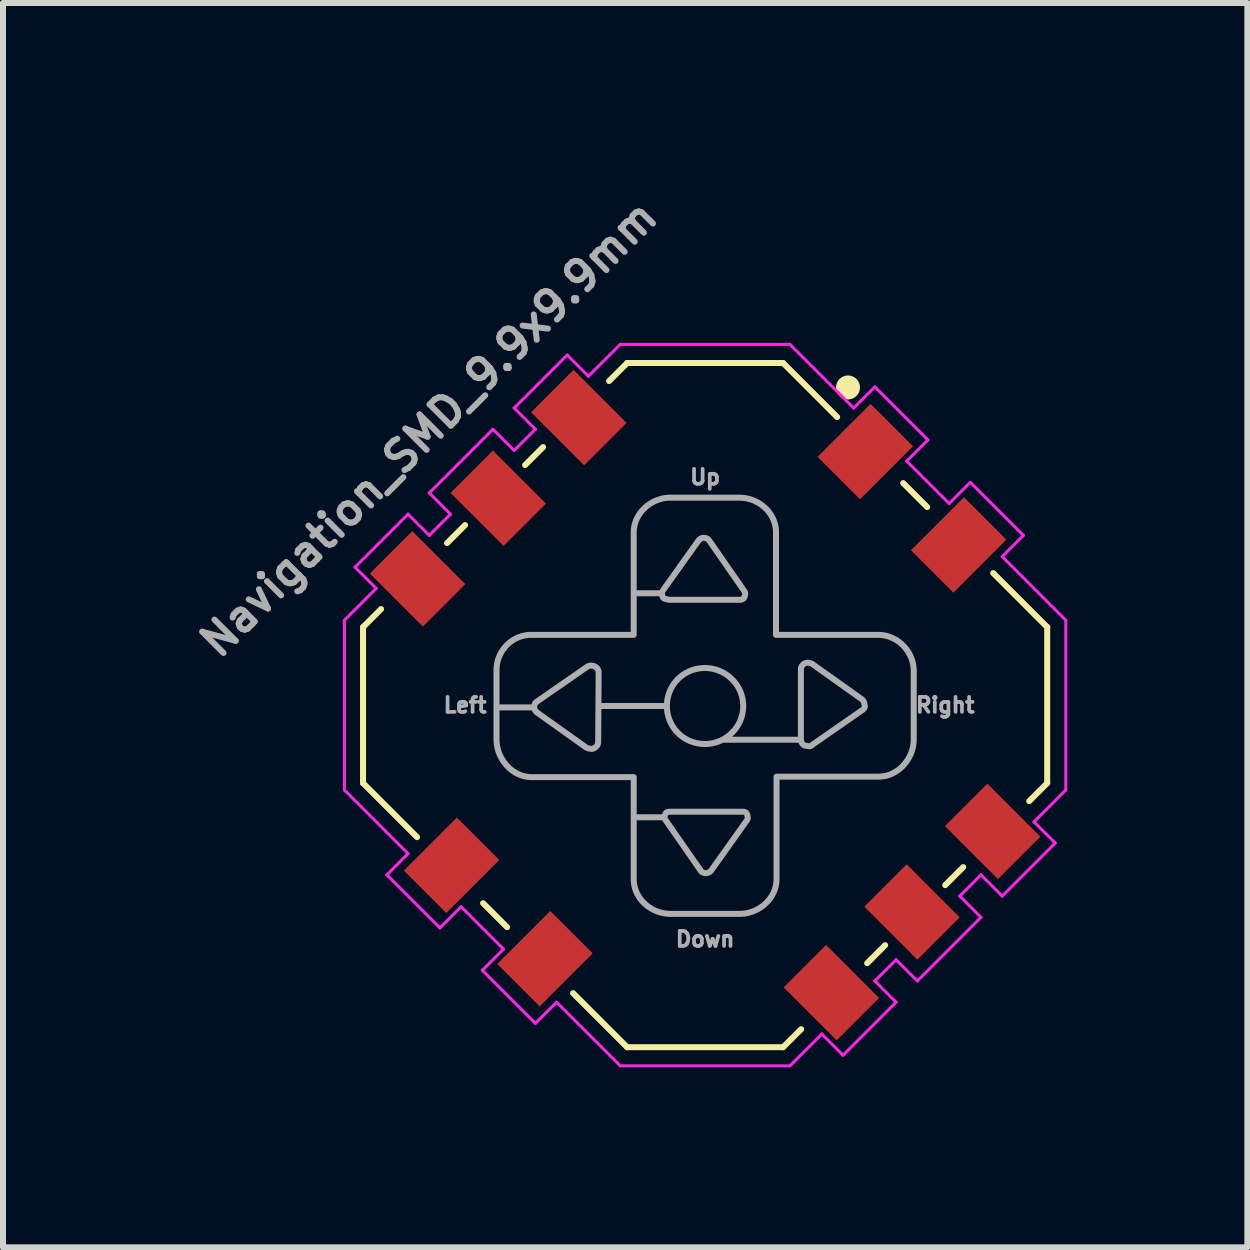
<source format=kicad_pcb>
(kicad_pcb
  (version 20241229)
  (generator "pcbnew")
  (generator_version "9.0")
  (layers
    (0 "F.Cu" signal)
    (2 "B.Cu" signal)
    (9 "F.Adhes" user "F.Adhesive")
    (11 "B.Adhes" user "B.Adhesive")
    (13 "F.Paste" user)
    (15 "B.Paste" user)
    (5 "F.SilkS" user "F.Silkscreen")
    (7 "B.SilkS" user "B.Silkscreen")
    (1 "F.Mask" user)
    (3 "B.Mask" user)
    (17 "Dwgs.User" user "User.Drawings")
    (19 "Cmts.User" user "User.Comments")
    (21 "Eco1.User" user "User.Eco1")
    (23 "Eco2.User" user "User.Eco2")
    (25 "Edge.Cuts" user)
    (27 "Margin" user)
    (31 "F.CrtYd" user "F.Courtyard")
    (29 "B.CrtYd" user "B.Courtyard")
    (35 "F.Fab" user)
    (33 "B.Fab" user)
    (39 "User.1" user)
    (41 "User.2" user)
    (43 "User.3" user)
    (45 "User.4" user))
  (footprint "Navigation_SMD_9.9x9.9mm"
    (layer "F.Cu")
    (at 8.699 8.699)
    (property "Reference" "Navigation_SMD_9.9x9.9mm" (at -4.4 -4.4 45) (layer "F.Fab") (effects (font (size 0.5 0.5) (thickness 0.1)) (justify bottom)))
    (attr smd)
    (fp_line (start -5.7 -1.3) (end -5.4 -1.6) (stroke (width 0.1) (type default)) (layer "F.SilkS"))
    (fp_line (start -5.7 1.3) (end -5.7 -1.3) (stroke (width 0.1) (type default)) (layer "F.SilkS"))
    (fp_line (start -4.8 2.2) (end -5.7 1.3) (stroke (width 0.1) (type default)) (layer "F.SilkS"))
    (fp_line (start -4 -3) (end -4.3 -2.7) (stroke (width 0.1) (type default)) (layer "F.SilkS"))
    (fp_line (start -3.3 3.7) (end -3.7 3.3) (stroke (width 0.1) (type default)) (layer "F.SilkS"))
    (fp_line (start -2.7 -4.3) (end -3 -4) (stroke (width 0.1) (type default)) (layer "F.SilkS"))
    (fp_line (start -1.6 -5.4) (end -1.3 -5.7) (stroke (width 0.1) (type default)) (layer "F.SilkS"))
    (fp_line (start -1.3 -5.7) (end 1.3 -5.7) (stroke (width 0.1) (type default)) (layer "F.SilkS"))
    (fp_line (start -1.3 5.7) (end -2.2 4.8) (stroke (width 0.1) (type default)) (layer "F.SilkS"))
    (fp_line (start 1.3 -5.7) (end 2.2 -4.8) (stroke (width 0.1) (type default)) (layer "F.SilkS"))
    (fp_line (start 1.3 5.7) (end -1.3 5.7) (stroke (width 0.1) (type default)) (layer "F.SilkS"))
    (fp_line (start 1.6 5.4) (end 1.3 5.7) (stroke (width 0.1) (type default)) (layer "F.SilkS"))
    (fp_line (start 3 4) (end 2.7 4.3) (stroke (width 0.1) (type default)) (layer "F.SilkS"))
    (fp_line (start 3.3 -3.7) (end 3.7 -3.3) (stroke (width 0.1) (type default)) (layer "F.SilkS"))
    (fp_line (start 4.3 2.7) (end 4 3) (stroke (width 0.1) (type default)) (layer "F.SilkS"))
    (fp_line (start 4.8 -2.2) (end 5.7 -1.3) (stroke (width 0.1) (type default)) (layer "F.SilkS"))
    (fp_line (start 5.7 -1.3) (end 5.7 1.3) (stroke (width 0.1) (type default)) (layer "F.SilkS"))
    (fp_line (start 5.7 1.3) (end 5.4 1.6) (stroke (width 0.1) (type default)) (layer "F.SilkS"))
    (fp_circle (center 2.381 -5.293) (end 2.281 -5.293) (stroke (width 0.2) (type solid)) (fill yes) (layer "F.SilkS"))
    (fp_line (start -6.01 -1.414) (end -5.48 -1.945) (stroke (width 0.05) (type default)) (layer "F.CrtYd"))
    (fp_line (start -6.01 1.414) (end -6.01 -1.414) (stroke (width 0.05) (type default)) (layer "F.CrtYd"))
    (fp_line (start -5.834 -2.298) (end -4.95 -3.182) (stroke (width 0.05) (type default)) (layer "F.CrtYd"))
    (fp_line (start -5.48 -1.945) (end -5.834 -2.298) (stroke (width 0.05) (type default)) (layer "F.CrtYd"))
    (fp_line (start -5.303 2.828) (end -4.95 2.475) (stroke (width 0.05) (type default)) (layer "F.CrtYd"))
    (fp_line (start -4.95 -3.182) (end -4.596 -2.828) (stroke (width 0.05) (type default)) (layer "F.CrtYd"))
    (fp_line (start -4.95 2.475) (end -6.01 1.414) (stroke (width 0.05) (type default)) (layer "F.CrtYd"))
    (fp_line (start -4.596 -3.536) (end -3.536 -4.596) (stroke (width 0.05) (type default)) (layer "F.CrtYd"))
    (fp_line (start -4.596 -2.828) (end -4.243 -3.182) (stroke (width 0.05) (type default)) (layer "F.CrtYd"))
    (fp_line (start -4.419 3.712) (end -5.303 2.828) (stroke (width 0.05) (type default)) (layer "F.CrtYd"))
    (fp_line (start -4.243 -3.182) (end -4.596 -3.536) (stroke (width 0.05) (type default)) (layer "F.CrtYd"))
    (fp_line (start -4.066 3.359) (end -4.419 3.712) (stroke (width 0.05) (type default)) (layer "F.CrtYd"))
    (fp_line (start -3.712 4.419) (end -3.359 4.066) (stroke (width 0.05) (type default)) (layer "F.CrtYd"))
    (fp_line (start -3.536 -4.596) (end -3.182 -4.243) (stroke (width 0.05) (type default)) (layer "F.CrtYd"))
    (fp_line (start -3.359 4.066) (end -4.066 3.359) (stroke (width 0.05) (type default)) (layer "F.CrtYd"))
    (fp_line (start -3.182 -4.95) (end -2.298 -5.834) (stroke (width 0.05) (type default)) (layer "F.CrtYd"))
    (fp_line (start -3.182 -4.243) (end -2.828 -4.596) (stroke (width 0.05) (type default)) (layer "F.CrtYd"))
    (fp_line (start -2.828 -4.596) (end -3.182 -4.95) (stroke (width 0.05) (type default)) (layer "F.CrtYd"))
    (fp_line (start -2.828 5.303) (end -3.712 4.419) (stroke (width 0.05) (type default)) (layer "F.CrtYd"))
    (fp_line (start -2.475 4.95) (end -2.828 5.303) (stroke (width 0.05) (type default)) (layer "F.CrtYd"))
    (fp_line (start -2.298 -5.834) (end -1.945 -5.48) (stroke (width 0.05) (type default)) (layer "F.CrtYd"))
    (fp_line (start -1.945 -5.48) (end -1.414 -6.01) (stroke (width 0.05) (type default)) (layer "F.CrtYd"))
    (fp_line (start -1.414 -6.01) (end 1.414 -6.01) (stroke (width 0.05) (type default)) (layer "F.CrtYd"))
    (fp_line (start -1.414 6.01) (end -2.475 4.95) (stroke (width 0.05) (type default)) (layer "F.CrtYd"))
    (fp_line (start 1.414 -6.01) (end 2.475 -4.95) (stroke (width 0.05) (type default)) (layer "F.CrtYd"))
    (fp_line (start 1.414 6.01) (end -1.414 6.01) (stroke (width 0.05) (type default)) (layer "F.CrtYd"))
    (fp_line (start 1.945 5.48) (end 1.414 6.01) (stroke (width 0.05) (type default)) (layer "F.CrtYd"))
    (fp_line (start 2.298 5.834) (end 1.945 5.48) (stroke (width 0.05) (type default)) (layer "F.CrtYd"))
    (fp_line (start 2.475 -4.95) (end 2.828 -5.303) (stroke (width 0.05) (type default)) (layer "F.CrtYd"))
    (fp_line (start 2.828 -5.303) (end 3.712 -4.419) (stroke (width 0.05) (type default)) (layer "F.CrtYd"))
    (fp_line (start 2.828 4.596) (end 3.182 4.95) (stroke (width 0.05) (type default)) (layer "F.CrtYd"))
    (fp_line (start 3.182 4.243) (end 2.828 4.596) (stroke (width 0.05) (type default)) (layer "F.CrtYd"))
    (fp_line (start 3.182 4.95) (end 2.298 5.834) (stroke (width 0.05) (type default)) (layer "F.CrtYd"))
    (fp_line (start 3.359 -4.066) (end 4.066 -3.359) (stroke (width 0.05) (type default)) (layer "F.CrtYd"))
    (fp_line (start 3.536 4.596) (end 3.182 4.243) (stroke (width 0.05) (type default)) (layer "F.CrtYd"))
    (fp_line (start 3.712 -4.419) (end 3.359 -4.066) (stroke (width 0.05) (type default)) (layer "F.CrtYd"))
    (fp_line (start 4.066 -3.359) (end 4.419 -3.712) (stroke (width 0.05) (type default)) (layer "F.CrtYd"))
    (fp_line (start 4.243 3.182) (end 4.596 3.536) (stroke (width 0.05) (type default)) (layer "F.CrtYd"))
    (fp_line (start 4.419 -3.712) (end 5.303 -2.828) (stroke (width 0.05) (type default)) (layer "F.CrtYd"))
    (fp_line (start 4.596 2.828) (end 4.243 3.182) (stroke (width 0.05) (type default)) (layer "F.CrtYd"))
    (fp_line (start 4.596 3.536) (end 3.536 4.596) (stroke (width 0.05) (type default)) (layer "F.CrtYd"))
    (fp_line (start 4.95 -2.475) (end 6.01 -1.414) (stroke (width 0.05) (type default)) (layer "F.CrtYd"))
    (fp_line (start 4.95 3.182) (end 4.596 2.828) (stroke (width 0.05) (type default)) (layer "F.CrtYd"))
    (fp_line (start 5.303 -2.828) (end 4.95 -2.475) (stroke (width 0.05) (type default)) (layer "F.CrtYd"))
    (fp_line (start 5.48 1.945) (end 5.834 2.298) (stroke (width 0.05) (type default)) (layer "F.CrtYd"))
    (fp_line (start 5.834 2.298) (end 4.95 3.182) (stroke (width 0.05) (type default)) (layer "F.CrtYd"))
    (fp_line (start 6.01 1.414) (end 5.48 1.945) (stroke (width 0.05) (type default)) (layer "F.CrtYd"))
    (fp_line (start 6.01 1.414) (end 6.01 -1.414) (stroke (width 0.05) (type default)) (layer "F.CrtYd"))
    (fp_poly (pts (xy 0.602 -3.456) (xy 0.631 -3.454) (xy 0.661 -3.45) (xy 0.69 -3.445) (xy 0.719 -3.439) (xy 0.747 -3.431) (xy 0.775 -3.422) (xy 0.802 -3.412) (xy 0.829 -3.401) (xy 0.855 -3.388) (xy 0.881 -3.374) (xy 0.906 -3.359) (xy 0.93 -3.343) (xy 0.953 -3.326) (xy 0.975 -3.308) (xy 0.997 -3.289) (xy 1.017 -3.27) (xy 1.037 -3.249) (xy 1.056 -3.227) (xy 1.073 -3.205) (xy 1.089 -3.181) (xy 1.104 -3.157) (xy 1.118 -3.132) (xy 1.131 -3.107) (xy 1.142 -3.08) (xy 1.152 -3.054) (xy 1.161 -3.026) (xy 1.168 -2.998) (xy 1.174 -2.969) (xy 1.178 -2.94) (xy 1.18 -2.911) (xy 1.181 -2.881) (xy 1.181 -1.171) (xy 2.883 -1.171) (xy 2.883 -1.171) (xy 2.883 -1.171) (xy 2.883 -1.171) (xy 2.913 -1.17) (xy 2.942 -1.168) (xy 2.972 -1.164) (xy 3 -1.158) (xy 3.029 -1.152) (xy 3.056 -1.144) (xy 3.084 -1.134) (xy 3.11 -1.123) (xy 3.136 -1.111) (xy 3.161 -1.098) (xy 3.186 -1.084) (xy 3.21 -1.068) (xy 3.233 -1.052) (xy 3.255 -1.034) (xy 3.276 -1.016) (xy 3.297 -0.996) (xy 3.316 -0.976) (xy 3.335 -0.954) (xy 3.353 -0.932) (xy 3.369 -0.909) (xy 3.385 -0.885) (xy 3.399 -0.861) (xy 3.412 -0.836) (xy 3.425 -0.81) (xy 3.436 -0.784) (xy 3.445 -0.757) (xy 3.454 -0.729) (xy 3.461 -0.702) (xy 3.467 -0.673) (xy 3.471 -0.645) (xy 3.474 -0.616) (xy 3.476 -0.586) (xy 3.476 0.573) (xy 3.475 0.604) (xy 3.473 0.633) (xy 3.469 0.663) (xy 3.464 0.692) (xy 3.457 0.721) (xy 3.449 0.75) (xy 3.44 0.778) (xy 3.43 0.806) (xy 3.418 0.833) (xy 3.405 0.859) (xy 3.391 0.885) (xy 3.376 0.91) (xy 3.359 0.935) (xy 3.342 0.958) (xy 3.323 0.981) (xy 3.304 1.003) (xy 3.284 1.024) (xy 3.263 1.044) (xy 3.241 1.063) (xy 3.218 1.081) (xy 3.194 1.097) (xy 3.169 1.113) (xy 3.144 1.127) (xy 3.118 1.14) (xy 3.092 1.152) (xy 3.065 1.162) (xy 3.037 1.171) (xy 3.009 1.178) (xy 2.98 1.184) (xy 2.951 1.188) (xy 2.921 1.191) (xy 2.891 1.192) (xy 1.19 1.192) (xy 1.19 2.902) (xy 1.189 2.931) (xy 1.186 2.96) (xy 1.182 2.988) (xy 1.177 3.016) (xy 1.169 3.044) (xy 1.161 3.071) (xy 1.151 3.098) (xy 1.14 3.124) (xy 1.127 3.149) (xy 1.113 3.174) (xy 1.098 3.198) (xy 1.082 3.222) (xy 1.064 3.244) (xy 1.046 3.266) (xy 1.026 3.287) (xy 1.005 3.307) (xy 0.984 3.326) (xy 0.962 3.345) (xy 0.938 3.362) (xy 0.914 3.378) (xy 0.889 3.393) (xy 0.864 3.407) (xy 0.838 3.42) (xy 0.811 3.432) (xy 0.784 3.442) (xy 0.756 3.451) (xy 0.727 3.459) (xy 0.699 3.466) (xy 0.669 3.471) (xy 0.64 3.475) (xy 0.61 3.477) (xy 0.58 3.478) (xy -0.58 3.478) (xy -0.61 3.477) (xy -0.64 3.475) (xy -0.669 3.471) (xy -0.699 3.466) (xy -0.727 3.46) (xy -0.756 3.452) (xy -0.784 3.443) (xy -0.811 3.433) (xy -0.838 3.421) (xy -0.864 3.409) (xy -0.889 3.395) (xy -0.914 3.38) (xy -0.938 3.364) (xy -0.962 3.347) (xy -0.984 3.329) (xy -1.005 3.31) (xy -1.026 3.29) (xy -1.046 3.27) (xy -1.064 3.248) (xy -1.082 3.225) (xy -1.098 3.202) (xy -1.113 3.178) (xy -1.127 3.153) (xy -1.14 3.127) (xy -1.151 3.101) (xy -1.161 3.074) (xy -1.169 3.047) (xy -1.177 3.019) (xy -1.182 2.99) (xy -1.186 2.961) (xy -1.189 2.932) (xy -1.19 2.902) (xy -1.19 1.866) (xy -0.676 1.866) (xy -0.676 1.869) (xy -0.676 1.872) (xy -0.676 1.875) (xy -0.676 1.878) (xy -0.675 1.881) (xy -0.675 1.884) (xy -0.674 1.887) (xy -0.673 1.89) (xy -0.672 1.893) (xy -0.671 1.895) (xy -0.668 1.901) (xy -0.665 1.907) (xy -0.661 1.913) (xy -0.656 1.92) (xy -0.08 2.749) (xy -0.079 2.753) (xy -0.077 2.756) (xy -0.075 2.758) (xy -0.073 2.761) (xy -0.071 2.764) (xy -0.068 2.767) (xy -0.064 2.772) (xy -0.058 2.776) (xy -0.053 2.78) (xy -0.047 2.784) (xy -0.04 2.787) (xy -0.034 2.79) (xy -0.027 2.793) (xy -0.021 2.795) (xy -0.014 2.797) (xy -0.007 2.798) (xy -0.000378 2.799) (xy 0.006 2.8) (xy 0.013 2.8) (xy 0.019 2.8) (xy 0.025 2.799) (xy 0.032 2.798) (xy 0.038 2.797) (xy 0.044 2.795) (xy 0.05 2.793) (xy 0.056 2.79) (xy 0.062 2.787) (xy 0.068 2.784) (xy 0.074 2.78) (xy 0.08 2.776) (xy 0.085 2.772) (xy 0.091 2.767) (xy 0.096 2.761) (xy 0.101 2.756) (xy 0.106 2.749) (xy 0.69 1.928) (xy 0.69 1.928) (xy 0.69 1.928) (xy 0.69 1.928) (xy 0.694 1.922) (xy 0.698 1.916) (xy 0.702 1.91) (xy 0.704 1.904) (xy 0.707 1.898) (xy 0.708 1.892) (xy 0.709 1.886) (xy 0.71 1.879) (xy 0.71 1.873) (xy 0.71 1.866) (xy 0.709 1.859) (xy 0.708 1.852) (xy 0.706 1.844) (xy 0.704 1.836) (xy 0.701 1.827) (xy 0.698 1.818) (xy 0.697 1.814) (xy 0.695 1.811) (xy 0.693 1.807) (xy 0.691 1.804) (xy 0.689 1.801) (xy 0.687 1.798) (xy 0.685 1.796) (xy 0.683 1.794) (xy 0.68 1.791) (xy 0.678 1.789) (xy 0.675 1.788) (xy 0.672 1.786) (xy 0.669 1.785) (xy 0.666 1.783) (xy 0.66 1.781) (xy 0.654 1.779) (xy 0.647 1.778) (xy 0.64 1.777) (xy 0.632 1.776) (xy 0.624 1.776) (xy 0.615 1.776) (xy 0.597 1.776) (xy -0.563 1.776) (xy -0.581 1.776) (xy -0.59 1.776) (xy -0.598 1.776) (xy -0.606 1.777) (xy -0.613 1.778) (xy -0.617 1.779) (xy -0.62 1.779) (xy -0.623 1.78) (xy -0.627 1.781) (xy -0.63 1.782) (xy -0.633 1.783) (xy -0.636 1.785) (xy -0.638 1.786) (xy -0.641 1.788) (xy -0.644 1.789) (xy -0.646 1.791) (xy -0.649 1.794) (xy -0.651 1.796) (xy -0.653 1.798) (xy -0.656 1.801) (xy -0.658 1.804) (xy -0.659 1.807) (xy -0.661 1.811) (xy -0.663 1.814) (xy -0.665 1.818) (xy -0.668 1.826) (xy -0.67 1.833) (xy -0.672 1.84) (xy -0.674 1.847) (xy -0.675 1.854) (xy -0.676 1.86) (xy -0.676 1.866) (xy -1.19 1.866) (xy -1.19 1.2) (xy -2.9 1.2) (xy -2.93 1.198) (xy -2.959 1.195) (xy -2.988 1.19) (xy -3.017 1.184) (xy -3.045 1.176) (xy -3.072 1.167) (xy -3.099 1.156) (xy -3.126 1.144) (xy -3.151 1.13) (xy -3.176 1.116) (xy -3.2 1.1) (xy -3.223 1.083) (xy -3.246 1.065) (xy -3.268 1.046) (xy -3.288 1.025) (xy -3.308 1.004) (xy -3.327 0.982) (xy -3.345 0.959) (xy -3.362 0.935) (xy -3.378 0.911) (xy -3.393 0.886) (xy -3.407 0.86) (xy -3.419 0.833) (xy -3.431 0.806) (xy -3.441 0.778) (xy -3.45 0.75) (xy -3.458 0.721) (xy -3.464 0.692) (xy -3.469 0.663) (xy -3.473 0.633) (xy -3.475 0.604) (xy -3.476 0.573) (xy -3.476 0.032) (xy -2.849 0.032) (xy -2.849 0.038) (xy -2.848 0.044) (xy -2.847 0.051) (xy -2.846 0.057) (xy -2.844 0.063) (xy -2.842 0.069) (xy -2.839 0.075) (xy -2.836 0.081) (xy -2.833 0.087) (xy -2.829 0.093) (xy -2.825 0.099) (xy -2.82 0.104) (xy -2.816 0.11) (xy -2.81 0.115) (xy -2.804 0.12) (xy -2.798 0.125) (xy -1.977 0.709) (xy -1.97 0.712) (xy -1.963 0.715) (xy -1.959 0.717) (xy -1.955 0.718) (xy -1.951 0.719) (xy -1.946 0.721) (xy -1.942 0.722) (xy -1.937 0.723) (xy -1.933 0.724) (xy -1.928 0.724) (xy -1.923 0.725) (xy -1.919 0.725) (xy -1.914 0.726) (xy -1.909 0.726) (xy -1.908 0.727) (xy -1.906 0.727) (xy -1.904 0.728) (xy -1.903 0.728) (xy -1.901 0.729) (xy -1.899 0.729) (xy -1.895 0.729) (xy -1.891 0.729) (xy -1.888 0.729) (xy -1.884 0.729) (xy -1.88 0.728) (xy -1.876 0.727) (xy -1.872 0.726) (xy -1.868 0.725) (xy -1.864 0.723) (xy -1.86 0.722) (xy -1.857 0.721) (xy -1.853 0.719) (xy -1.85 0.717) (xy -1.844 0.714) (xy -1.837 0.71) (xy -1.831 0.706) (xy -1.825 0.702) (xy -1.819 0.697) (xy -1.814 0.691) (xy -1.808 0.685) (xy -1.803 0.679) (xy -1.799 0.673) (xy -1.795 0.666) (xy -1.791 0.658) (xy -1.788 0.651) (xy -1.787 0.647) (xy -1.786 0.643) (xy -1.785 0.638) (xy -1.784 0.634) (xy -1.783 0.63) (xy -1.783 0.625) (xy -1.782 0.62) (xy -1.782 0.616) (xy -1.778 0.015) (xy -0.637 0.015) (xy -0.636 0.045) (xy -0.634 0.076) (xy -0.631 0.106) (xy -0.626 0.136) (xy -0.619 0.166) (xy -0.611 0.196) (xy -0.602 0.225) (xy -0.591 0.254) (xy -0.579 0.283) (xy -0.565 0.31) (xy -0.55 0.338) (xy -0.534 0.364) (xy -0.516 0.39) (xy -0.496 0.416) (xy -0.475 0.44) (xy -0.453 0.463) (xy -0.43 0.486) (xy -0.405 0.507) (xy -0.38 0.526) (xy -0.354 0.544) (xy -0.327 0.56) (xy -0.3 0.576) (xy -0.272 0.589) (xy -0.244 0.602) (xy -0.215 0.612) (xy -0.185 0.622) (xy -0.156 0.63) (xy -0.126 0.636) (xy -0.096 0.641) (xy -0.065 0.645) (xy -0.035 0.647) (xy -0.004 0.648) (xy 0.026 0.647) (xy 0.057 0.645) (xy 0.087 0.641) (xy 0.117 0.636) (xy 0.147 0.63) (xy 0.177 0.622) (xy 0.206 0.612) (xy 0.235 0.602) (xy 0.264 0.589) (xy 0.292 0.576) (xy 0.295 0.573) (xy 1.596 0.573) (xy 1.596 0.577) (xy 1.596 0.581) (xy 1.597 0.585) (xy 1.597 0.589) (xy 1.598 0.593) (xy 1.599 0.597) (xy 1.599 0.601) (xy 1.601 0.605) (xy 1.602 0.609) (xy 1.603 0.612) (xy 1.605 0.616) (xy 1.606 0.62) (xy 1.608 0.623) (xy 1.61 0.627) (xy 1.612 0.63) (xy 1.614 0.634) (xy 1.616 0.637) (xy 1.619 0.64) (xy 1.621 0.644) (xy 1.624 0.647) (xy 1.626 0.65) (xy 1.629 0.653) (xy 1.632 0.655) (xy 1.635 0.658) (xy 1.638 0.661) (xy 1.642 0.663) (xy 1.645 0.665) (xy 1.649 0.668) (xy 1.652 0.67) (xy 1.656 0.672) (xy 1.66 0.673) (xy 1.664 0.675) (xy 1.667 0.675) (xy 1.671 0.675) (xy 1.675 0.676) (xy 1.679 0.676) (xy 1.688 0.678) (xy 1.696 0.679) (xy 1.712 0.682) (xy 1.719 0.683) (xy 1.721 0.683) (xy 1.723 0.684) (xy 1.725 0.684) (xy 1.728 0.685) (xy 1.73 0.685) (xy 1.732 0.686) (xy 1.735 0.686) (xy 1.737 0.686) (xy 1.739 0.686) (xy 1.742 0.686) (xy 1.744 0.685) (xy 1.746 0.685) (xy 1.749 0.684) (xy 1.751 0.684) (xy 1.753 0.683) (xy 1.756 0.682) (xy 1.76 0.68) (xy 1.764 0.678) (xy 1.768 0.676) (xy 1.773 0.673) (xy 1.777 0.67) (xy 1.78 0.667) (xy 1.784 0.664) (xy 1.787 0.661) (xy 1.791 0.658) (xy 2.62 0.082) (xy 2.62 0.082) (xy 2.62 0.082) (xy 2.62 0.082) (xy 2.62 0.082) (xy 2.62 0.082) (xy 2.62 0.082) (xy 2.62 0.082) (xy 2.627 0.078) (xy 2.632 0.073) (xy 2.638 0.068) (xy 2.642 0.063) (xy 2.647 0.058) (xy 2.65 0.053) (xy 2.652 0.05) (xy 2.654 0.048) (xy 2.655 0.045) (xy 2.656 0.042) (xy 2.658 0.039) (xy 2.658 0.036) (xy 2.659 0.034) (xy 2.66 0.031) (xy 2.66 0.028) (xy 2.661 0.024) (xy 2.661 0.021) (xy 2.661 0.018) (xy 2.661 0.015) (xy 2.66 0.011) (xy 2.66 0.008) (xy 2.659 0.004) (xy 2.658 0.001) (xy 2.657 -0.003) (xy 2.656 -0.007) (xy 2.654 -0.011) (xy 2.654 -0.017) (xy 2.653 -0.023) (xy 2.652 -0.03) (xy 2.651 -0.036) (xy 2.649 -0.042) (xy 2.647 -0.048) (xy 2.645 -0.055) (xy 2.642 -0.06) (xy 2.638 -0.066) (xy 2.634 -0.072) (xy 2.63 -0.078) (xy 2.626 -0.083) (xy 2.621 -0.089) (xy 2.615 -0.094) (xy 2.61 -0.099) (xy 2.603 -0.104) (xy 1.782 -0.688) (xy 1.776 -0.691) (xy 1.769 -0.694) (xy 1.762 -0.697) (xy 1.755 -0.699) (xy 1.748 -0.701) (xy 1.741 -0.703) (xy 1.734 -0.704) (xy 1.726 -0.705) (xy 1.719 -0.706) (xy 1.711 -0.706) (xy 1.703 -0.706) (xy 1.695 -0.705) (xy 1.687 -0.704) (xy 1.68 -0.702) (xy 1.672 -0.699) (xy 1.664 -0.697) (xy 1.657 -0.693) (xy 1.651 -0.689) (xy 1.645 -0.685) (xy 1.639 -0.681) (xy 1.633 -0.676) (xy 1.627 -0.67) (xy 1.622 -0.665) (xy 1.617 -0.658) (xy 1.613 -0.652) (xy 1.608 -0.645) (xy 1.605 -0.638) (xy 1.602 -0.63) (xy 1.6 -0.626) (xy 1.599 -0.622) (xy 1.598 -0.618) (xy 1.597 -0.613) (xy 1.597 -0.609) (xy 1.596 -0.604) (xy 1.596 -0.6) (xy 1.596 -0.595) (xy 1.596 0.573) (xy 0.295 0.573) (xy 0.319 0.56) (xy 0.345 0.544) (xy 0.371 0.526) (xy 0.397 0.507) (xy 0.421 0.486) (xy 0.444 0.463) (xy 0.468 0.44) (xy 0.489 0.416) (xy 0.509 0.39) (xy 0.528 0.364) (xy 0.545 0.338) (xy 0.561 0.31) (xy 0.575 0.283) (xy 0.587 0.254) (xy 0.599 0.225) (xy 0.608 0.196) (xy 0.616 0.166) (xy 0.623 0.136) (xy 0.628 0.106) (xy 0.632 0.076) (xy 0.634 0.045) (xy 0.635 0.015) (xy 0.634 -0.016) (xy 0.632 -0.046) (xy 0.628 -0.077) (xy 0.623 -0.107) (xy 0.616 -0.137) (xy 0.608 -0.167) (xy 0.599 -0.196) (xy 0.587 -0.225) (xy 0.575 -0.253) (xy 0.561 -0.281) (xy 0.545 -0.308) (xy 0.528 -0.335) (xy 0.509 -0.361) (xy 0.489 -0.386) (xy 0.468 -0.411) (xy 0.444 -0.434) (xy 0.421 -0.456) (xy 0.397 -0.477) (xy 0.371 -0.497) (xy 0.345 -0.515) (xy 0.319 -0.531) (xy 0.292 -0.546) (xy 0.264 -0.56) (xy 0.235 -0.572) (xy 0.206 -0.583) (xy 0.177 -0.592) (xy 0.147 -0.6) (xy 0.117 -0.607) (xy 0.087 -0.612) (xy 0.057 -0.615) (xy 0.026 -0.618) (xy -0.004 -0.618) (xy -0.035 -0.618) (xy -0.065 -0.615) (xy -0.096 -0.612) (xy -0.126 -0.607) (xy -0.156 -0.6) (xy -0.185 -0.592) (xy -0.215 -0.583) (xy -0.244 -0.572) (xy -0.272 -0.56) (xy -0.3 -0.546) (xy -0.327 -0.531) (xy -0.354 -0.515) (xy -0.38 -0.497) (xy -0.405 -0.477) (xy -0.43 -0.456) (xy -0.453 -0.434) (xy -0.475 -0.411) (xy -0.496 -0.386) (xy -0.516 -0.361) (xy -0.534 -0.335) (xy -0.55 -0.308) (xy -0.565 -0.281) (xy -0.579 -0.253) (xy -0.591 -0.225) (xy -0.602 -0.196) (xy -0.611 -0.167) (xy -0.619 -0.137) (xy -0.626 -0.107) (xy -0.631 -0.077) (xy -0.634 -0.046) (xy -0.636 -0.016) (xy -0.637 0.015) (xy -1.778 0.015) (xy -1.774 -0.544) (xy -1.774 -0.548) (xy -1.774 -0.552) (xy -1.774 -0.556) (xy -1.775 -0.56) (xy -1.776 -0.564) (xy -1.776 -0.568) (xy -1.777 -0.572) (xy -1.778 -0.575) (xy -1.78 -0.579) (xy -1.781 -0.583) (xy -1.782 -0.587) (xy -1.784 -0.59) (xy -1.786 -0.594) (xy -1.788 -0.598) (xy -1.79 -0.601) (xy -1.792 -0.604) (xy -1.794 -0.608) (xy -1.796 -0.611) (xy -1.799 -0.614) (xy -1.801 -0.617) (xy -1.804 -0.62) (xy -1.807 -0.623) (xy -1.81 -0.626) (xy -1.813 -0.629) (xy -1.816 -0.631) (xy -1.82 -0.634) (xy -1.823 -0.636) (xy -1.826 -0.638) (xy -1.83 -0.64) (xy -1.834 -0.642) (xy -1.838 -0.644) (xy -1.842 -0.646) (xy -1.848 -0.649) (xy -1.855 -0.651) (xy -1.863 -0.653) (xy -1.871 -0.655) (xy -1.879 -0.656) (xy -1.888 -0.657) (xy -1.896 -0.658) (xy -1.905 -0.657) (xy -1.914 -0.657) (xy -1.922 -0.656) (xy -1.931 -0.654) (xy -1.939 -0.652) (xy -1.947 -0.649) (xy -1.955 -0.646) (xy -1.962 -0.642) (xy -1.965 -0.64) (xy -1.969 -0.637) (xy -2.798 -0.062) (xy -2.801 -0.06) (xy -2.804 -0.058) (xy -2.807 -0.056) (xy -2.81 -0.054) (xy -2.813 -0.052) (xy -2.816 -0.05) (xy -2.82 -0.045) (xy -2.825 -0.039) (xy -2.829 -0.034) (xy -2.833 -0.028) (xy -2.836 -0.021) (xy -2.839 -0.015) (xy -2.842 -0.008) (xy -2.844 -0.002) (xy -2.846 0.005) (xy -2.847 0.012) (xy -2.848 0.019) (xy -2.849 0.025) (xy -2.849 0.032) (xy -3.476 0.032) (xy -3.476 -0.586) (xy -3.475 -0.616) (xy -3.473 -0.645) (xy -3.469 -0.673) (xy -3.464 -0.702) (xy -3.458 -0.729) (xy -3.45 -0.757) (xy -3.441 -0.784) (xy -3.431 -0.81) (xy -3.419 -0.836) (xy -3.407 -0.861) (xy -3.393 -0.885) (xy -3.378 -0.909) (xy -3.362 -0.932) (xy -3.345 -0.954) (xy -3.327 -0.976) (xy -3.308 -0.996) (xy -3.288 -1.016) (xy -3.268 -1.034) (xy -3.246 -1.052) (xy -3.223 -1.068) (xy -3.2 -1.084) (xy -3.176 -1.098) (xy -3.151 -1.111) (xy -3.126 -1.123) (xy -3.099 -1.134) (xy -3.072 -1.144) (xy -3.045 -1.152) (xy -3.017 -1.158) (xy -2.988 -1.164) (xy -2.959 -1.168) (xy -2.93 -1.17) (xy -2.9 -1.171) (xy -1.19 -1.171) (xy -1.19 -1.857) (xy -0.719 -1.857) (xy -0.718 -1.85) (xy -0.718 -1.843) (xy -0.716 -1.836) (xy -0.715 -1.829) (xy -0.713 -1.821) (xy -0.71 -1.814) (xy -0.707 -1.806) (xy -0.707 -1.806) (xy -0.705 -1.802) (xy -0.704 -1.798) (xy -0.702 -1.795) (xy -0.7 -1.792) (xy -0.697 -1.789) (xy -0.695 -1.787) (xy -0.692 -1.784) (xy -0.69 -1.782) (xy -0.687 -1.78) (xy -0.684 -1.779) (xy -0.682 -1.777) (xy -0.679 -1.775) (xy -0.672 -1.773) (xy -0.666 -1.771) (xy -0.659 -1.769) (xy -0.652 -1.767) (xy -0.637 -1.764) (xy -0.629 -1.762) (xy -0.621 -1.76) (xy -0.613 -1.758) (xy -0.605 -1.755) (xy 0.555 -1.755) (xy 0.57 -1.755) (xy 0.578 -1.755) (xy 0.586 -1.756) (xy 0.593 -1.756) (xy 0.601 -1.758) (xy 0.604 -1.758) (xy 0.608 -1.759) (xy 0.611 -1.76) (xy 0.615 -1.761) (xy 0.618 -1.763) (xy 0.621 -1.764) (xy 0.625 -1.766) (xy 0.628 -1.767) (xy 0.631 -1.769) (xy 0.634 -1.771) (xy 0.636 -1.774) (xy 0.639 -1.776) (xy 0.642 -1.779) (xy 0.644 -1.782) (xy 0.646 -1.785) (xy 0.649 -1.789) (xy 0.651 -1.793) (xy 0.653 -1.797) (xy 0.654 -1.801) (xy 0.656 -1.806) (xy 0.659 -1.813) (xy 0.662 -1.821) (xy 0.664 -1.828) (xy 0.666 -1.835) (xy 0.667 -1.841) (xy 0.668 -1.848) (xy 0.668 -1.854) (xy 0.668 -1.857) (xy 0.668 -1.86) (xy 0.668 -1.863) (xy 0.667 -1.866) (xy 0.667 -1.869) (xy 0.666 -1.871) (xy 0.665 -1.874) (xy 0.664 -1.877) (xy 0.663 -1.88) (xy 0.662 -1.883) (xy 0.659 -1.889) (xy 0.656 -1.895) (xy 0.652 -1.901) (xy 0.648 -1.907) (xy 0.072 -2.737) (xy 0.07 -2.74) (xy 0.068 -2.743) (xy 0.067 -2.746) (xy 0.064 -2.749) (xy 0.062 -2.752) (xy 0.06 -2.754) (xy 0.055 -2.759) (xy 0.05 -2.764) (xy 0.044 -2.768) (xy 0.038 -2.772) (xy 0.032 -2.775) (xy 0.025 -2.778) (xy 0.019 -2.781) (xy 0.012 -2.783) (xy 0.005 -2.785) (xy -0.001 -2.786) (xy -0.008 -2.787) (xy -0.015 -2.788) (xy -0.021 -2.788) (xy -0.028 -2.788) (xy -0.034 -2.787) (xy -0.04 -2.786) (xy -0.046 -2.785) (xy -0.053 -2.783) (xy -0.059 -2.781) (xy -0.065 -2.778) (xy -0.071 -2.775) (xy -0.077 -2.772) (xy -0.083 -2.768) (xy -0.088 -2.764) (xy -0.094 -2.759) (xy -0.099 -2.754) (xy -0.104 -2.749) (xy -0.109 -2.743) (xy -0.114 -2.737) (xy -0.699 -1.916) (xy -0.703 -1.909) (xy -0.707 -1.903) (xy -0.71 -1.897) (xy -0.713 -1.89) (xy -0.715 -1.884) (xy -0.717 -1.877) (xy -0.718 -1.871) (xy -0.719 -1.864) (xy -0.719 -1.857) (xy -1.19 -1.857) (xy -1.19 -2.881) (xy -1.189 -2.91) (xy -1.186 -2.939) (xy -1.182 -2.968) (xy -1.177 -2.996) (xy -1.169 -3.023) (xy -1.161 -3.05) (xy -1.151 -3.077) (xy -1.14 -3.103) (xy -1.127 -3.129) (xy -1.113 -3.153) (xy -1.098 -3.177) (xy -1.082 -3.201) (xy -1.064 -3.223) (xy -1.046 -3.245) (xy -1.026 -3.266) (xy -1.005 -3.286) (xy -0.984 -3.305) (xy -0.962 -3.324) (xy -0.938 -3.341) (xy -0.914 -3.357) (xy -0.889 -3.372) (xy -0.864 -3.386) (xy -0.838 -3.399) (xy -0.811 -3.411) (xy -0.784 -3.421) (xy -0.756 -3.43) (xy -0.727 -3.438) (xy -0.699 -3.445) (xy -0.669 -3.45) (xy -0.64 -3.454) (xy -0.61 -3.456) (xy -0.58 -3.457) (xy 0.571 -3.457)) (stroke (width 0.1) (type solid)) (fill no) (layer "F.Fab"))
    (fp_line (start -5.692 -1.308) (end -5.692 1.308) (stroke (width 0.1) (type default)) (layer "User.1"))
    (fp_line (start -4.879 -0.742) (end -4.879 0.035) (stroke (width 0.05) (type default)) (layer "User.1"))
    (fp_line (start -4.879 0.035) (end -5.18 0.336) (stroke (width 0.05) (type default)) (layer "User.1"))
    (fp_line (start -4.879 0.53) (end -4.879 1.308) (stroke (width 0.05) (type default)) (layer "User.1"))
    (fp_line (start -2.828 -2.828) (end -2.475 -2.475) (stroke (width 0.05) (type default)) (layer "User.1"))
    (fp_line (start -1.945 -1.945) (end -2.652 -1.945) (stroke (width 0.05) (type default)) (layer "User.1"))
    (fp_line (start -1.308 -5.692) (end -5.692 -1.308) (stroke (width 0.1) (type default)) (layer "User.1"))
    (fp_line (start -1.308 -5.692) (end 1.308 -5.692) (stroke (width 0.1) (type default)) (layer "User.1"))
    (fp_line (start -1.308 5.692) (end -5.692 1.308) (stroke (width 0.1) (type default)) (layer "User.1"))
    (fp_line (start -1.308 5.692) (end 1.308 5.692) (stroke (width 0.1) (type default)) (layer "User.1"))
    (fp_line (start -1.273 4.879) (end -0.495 4.879) (stroke (width 0.05) (type default)) (layer "User.1"))
    (fp_line (start -0.495 4.879) (end -0.194 5.18) (stroke (width 0.05) (type default)) (layer "User.1"))
    (fp_line (start -0.053 -4.826) (end -0.831 -4.826) (stroke (width 0.05) (type default)) (layer "User.1"))
    (fp_line (start 0 4.879) (end 0.778 4.879) (stroke (width 0.05) (type default)) (layer "User.1"))
    (fp_line (start 0.442 -4.826) (end 0.141 -5.127) (stroke (width 0.05) (type default)) (layer "User.1"))
    (fp_line (start 1.22 -4.826) (end 0.442 -4.826) (stroke (width 0.05) (type default)) (layer "User.1"))
    (fp_line (start 1.308 -5.692) (end 5.692 -1.308) (stroke (width 0.1) (type default)) (layer "User.1"))
    (fp_line (start 2.652 2.652) (end -1.945 -1.945) (stroke (width 0.05) (type default)) (layer "User.1"))
    (fp_line (start 4.879 -0.672) (end 4.879 -1.45) (stroke (width 0.05) (type default)) (layer "User.1"))
    (fp_line (start 4.879 -0.177) (end 5.18 -0.477) (stroke (width 0.05) (type default)) (layer "User.1"))
    (fp_line (start 4.879 0.601) (end 4.879 -0.177) (stroke (width 0.05) (type default)) (layer "User.1"))
    (fp_line (start 5.692 -1.308) (end 5.692 1.308) (stroke (width 0.1) (type default)) (layer "User.1"))
    (fp_line (start 5.692 1.308) (end 1.308 5.692) (stroke (width 0.1) (type default)) (layer "User.1"))
    (fp_circle (center -3.394 0) (end -2.652 -0.742) (stroke (width 0.05) (type default)) (fill no) (layer "User.1"))
    (fp_circle (center 0 -3.394) (end 0.742 -4.137) (stroke (width 0.05) (type default)) (fill no) (layer "User.1"))
    (fp_circle (center 0 0) (end 0.707 -0.707) (stroke (width 0.05) (type default)) (fill no) (layer "User.1"))
    (fp_circle (center 0 3.394) (end 0.742 2.652) (stroke (width 0.05) (type default)) (fill no) (layer "User.1"))
    (fp_circle (center 3.394 0) (end 4.137 -0.742) (stroke (width 0.05) (type default)) (fill no) (layer "User.1"))
    (fp_text user "Right" (at 4 0 0) (unlocked yes) (layer "F.Fab") (effects (font (size 0.25 0.25) (thickness 0.062))))
    (fp_text user "Down" (at 0 3.9 0) (unlocked yes) (layer "F.Fab") (effects (font (size 0.25 0.25) (thickness 0.062))))
    (fp_text user "Up" (at 0 -3.8 0) (unlocked yes) (layer "F.Fab") (effects (font (size 0.25 0.25) (thickness 0.062))))
    (fp_text user "Left" (at -4 0 0) (unlocked yes) (layer "F.Fab") (effects (font (size 0.25 0.25) (thickness 0.062))))
    (pad "1" smd rect (at 2.669 -4.225 135) (size 1 1.25) (layers "F.Cu" "F.Mask" "F.Paste"))
    (pad "2" smd rect (at 4.225 -2.669 135) (size 1 1.25) (layers "F.Cu" "F.Mask" "F.Paste"))
    (pad "3" smd rect (at 4.791 2.104 225) (size 1 1.25) (layers "F.Cu" "F.Mask" "F.Paste"))
    (pad "4" smd rect (at 3.447 3.447 225) (size 1 1.25) (layers "F.Cu" "F.Mask" "F.Paste"))
    (pad "5" smd rect (at 2.104 4.791 225) (size 1 1.25) (layers "F.Cu" "F.Mask" "F.Paste"))
    (pad "6" smd rect (at -2.669 4.225 315) (size 1 1.25) (layers "F.Cu" "F.Mask" "F.Paste"))
    (pad "7" smd rect (at -4.225 2.669 315) (size 1 1.25) (layers "F.Cu" "F.Mask" "F.Paste"))
    (pad "8" smd rect (at -4.791 -2.104 45) (size 1 1.25) (layers "F.Cu" "F.Mask" "F.Paste"))
    (pad "9" smd rect (at -3.447 -3.447 45) (size 1 1.25) (layers "F.Cu" "F.Mask" "F.Paste"))
    (pad "10" smd rect (at -2.104 -4.791 45) (size 1 1.25) (layers "F.Cu" "F.Mask" "F.Paste")))
  (gr_rect
    (start -3 -3)
    (end 17.734 17.734)
    (stroke (width 0.1) (type default))
    (fill no)
    (layer "Edge.Cuts")))
</source>
